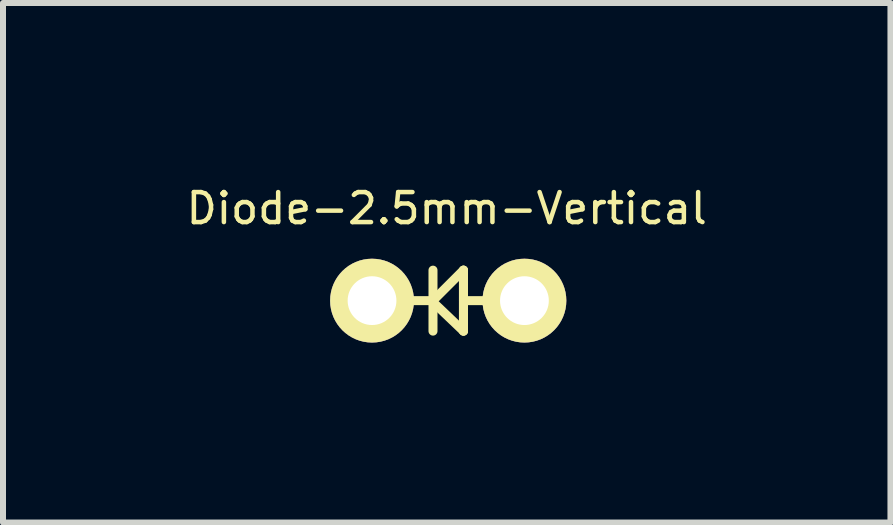
<source format=kicad_pcb>
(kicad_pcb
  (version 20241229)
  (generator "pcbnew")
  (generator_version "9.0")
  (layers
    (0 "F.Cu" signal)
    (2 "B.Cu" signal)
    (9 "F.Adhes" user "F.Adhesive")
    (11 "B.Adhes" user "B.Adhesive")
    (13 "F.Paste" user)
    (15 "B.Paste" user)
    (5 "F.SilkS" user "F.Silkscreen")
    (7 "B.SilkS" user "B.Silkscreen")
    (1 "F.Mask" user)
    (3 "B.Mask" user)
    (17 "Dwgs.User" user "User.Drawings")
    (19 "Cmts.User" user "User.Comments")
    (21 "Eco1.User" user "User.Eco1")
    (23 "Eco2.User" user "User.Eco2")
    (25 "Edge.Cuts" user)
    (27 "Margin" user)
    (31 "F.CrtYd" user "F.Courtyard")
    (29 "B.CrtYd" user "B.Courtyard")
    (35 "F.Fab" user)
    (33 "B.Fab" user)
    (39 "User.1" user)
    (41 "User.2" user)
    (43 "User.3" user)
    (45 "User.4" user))
  (footprint "Diode-2.5mm-Vertical"
    (layer "F.Cu")
    (at 4.421 1.961)
    (property "Reference" "Diode-2.5mm-Vertical" (at -0.025 -1.537 0) (layer "F.SilkS") (effects (font (size 0.5 0.5) (thickness 0.075))))
    (attr through_hole)
    (fp_line (start -0.254 -0.508) (end -0.254 0.508) (stroke (width 0.15) (type solid)) (layer "F.SilkS"))
    (fp_line (start -0.254 0) (end -0.635 0) (stroke (width 0.15) (type solid)) (layer "F.SilkS"))
    (fp_line (start -0.254 0) (end 0.254 -0.508) (stroke (width 0.15) (type solid)) (layer "F.SilkS"))
    (fp_line (start 0.254 -0.508) (end 0.254 0.508) (stroke (width 0.15) (type solid)) (layer "F.SilkS"))
    (fp_line (start 0.254 -0.508) (end 0.254 0.508) (stroke (width 0.15) (type solid)) (layer "F.SilkS"))
    (fp_line (start 0.254 0) (end 0.635 0) (stroke (width 0.15) (type solid)) (layer "F.SilkS"))
    (fp_line (start 0.254 0.508) (end -0.279 0) (stroke (width 0.15) (type solid)) (layer "F.SilkS"))
    (pad "1" thru_hole circle (at -1.27 0) (size 1.397 1.397) (drill 0.813) (layers "*.Cu" "*.Mask" "F.SilkS"))
    (pad "2" thru_hole circle (at 1.27 0) (size 1.397 1.397) (drill 0.813) (layers "*.Cu" "*.Mask" "F.SilkS")))
  (gr_rect
    (start -3 -3)
    (end 11.792 5.659)
    (stroke (width 0.1) (type default))
    (fill no)
    (layer "Edge.Cuts")))
</source>
